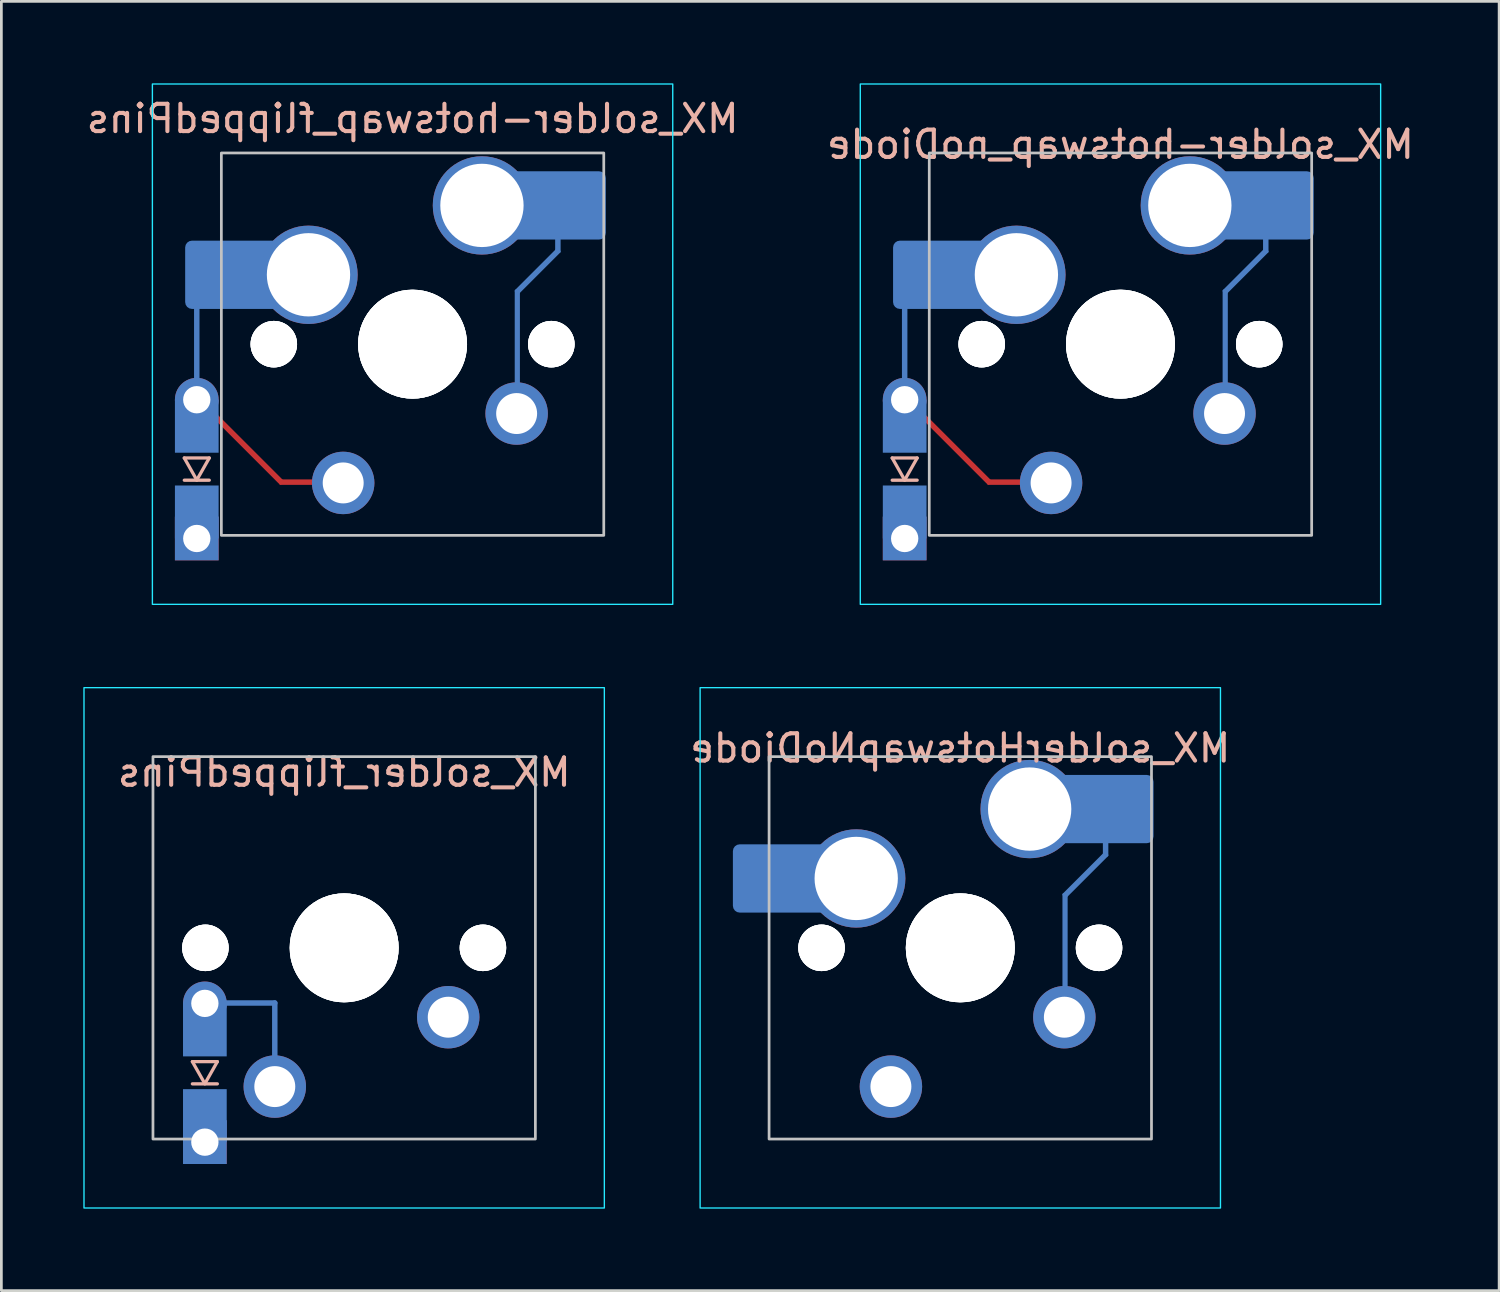
<source format=kicad_pcb>
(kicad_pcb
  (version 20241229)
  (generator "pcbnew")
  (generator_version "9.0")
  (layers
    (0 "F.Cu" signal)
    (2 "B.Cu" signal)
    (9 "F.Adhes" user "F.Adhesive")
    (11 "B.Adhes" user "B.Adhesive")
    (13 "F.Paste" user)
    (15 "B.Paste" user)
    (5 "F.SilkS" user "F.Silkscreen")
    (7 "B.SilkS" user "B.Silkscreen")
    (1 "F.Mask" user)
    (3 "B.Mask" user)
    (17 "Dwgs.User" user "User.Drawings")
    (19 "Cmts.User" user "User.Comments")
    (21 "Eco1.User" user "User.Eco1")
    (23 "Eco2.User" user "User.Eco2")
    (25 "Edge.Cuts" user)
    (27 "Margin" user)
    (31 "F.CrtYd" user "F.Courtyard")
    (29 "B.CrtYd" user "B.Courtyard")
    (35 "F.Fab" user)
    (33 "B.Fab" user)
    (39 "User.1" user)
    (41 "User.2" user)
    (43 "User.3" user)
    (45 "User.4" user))
  (footprint "MX_solderHotswapNoDiode"
    (layer "F.Cu")
    (at 32.106 31.65)
    (property "Reference" "MX_solderHotswapNoDiode" (at 0 -7.31 0) (layer "B.SilkS") (effects (font (size 1 1) (thickness 0.15)) (justify mirror)))
    (attr smd)
    (fp_rect (start -7 7) (end 7 -7) (stroke (width 0.1) (type default)) (fill no) (layer "Dwgs.User"))
    (fp_rect (start -9.525 9.525) (end 9.525 -9.525) (stroke (width 0.05) (type solid)) (fill no) (layer "B.CrtYd"))
    (pad "" np_thru_hole circle (at -5.08 0) (size 1.702 1.702) (drill 1.702) (layers "*.Cu" "*.Mask"))
    (pad "" np_thru_hole circle (at -5.08 0 180) (size 1.702 1.702) (drill 1.702) (layers "*.Cu" "*.Mask"))
    (pad "" np_thru_hole circle (at -5.08 0) (size 1.702 1.702) (drill 1.702) (layers "*.Cu" "*.Mask"))
    (pad "" np_thru_hole circle (at 0 0 180) (size 3.988 3.988) (drill 3.988) (layers "*.Cu" "*.Mask"))
    (pad "" np_thru_hole circle (at 0 0) (size 3.988 3.988) (drill 3.988) (layers "*.Cu" "*.Mask"))
    (pad "" np_thru_hole circle (at 0 0) (size 3.988 3.988) (drill 3.988) (layers "*.Cu" "*.Mask"))
    (pad "" np_thru_hole circle (at 5.08 0 180) (size 1.702 1.702) (drill 1.702) (layers "*.Cu" "*.Mask"))
    (pad "" np_thru_hole circle (at 5.08 0) (size 1.702 1.702) (drill 1.702) (layers "*.Cu" "*.Mask"))
    (pad "" np_thru_hole circle (at 5.08 0) (size 1.702 1.702) (drill 1.702) (layers "*.Cu" "*.Mask"))
    (pad "1" thru_hole circle (at 2.54 -5.08) (size 3.6 3.6) (drill 3.05) (layers "*.Cu" "*.Mask"))
    (pad "1" thru_hole circle (at 3.81 2.54 180) (size 2.286 2.286) (drill 1.499) (layers "*.Cu" "*.Mask"))
    (pad "1" smd roundrect (at 3.835 0) (size 0.19 4) (layers "F.Mask" "B.Cu" "F.Paste") (roundrect_rratio 0.25))
    (pad "1" smd roundrect (at 4.58 -2.67 135) (size 0.2 2.237) (layers "F.Mask" "B.Cu" "F.Paste") (roundrect_rratio 0.25))
    (pad "1" smd roundrect (at 5.3 -5.08) (size 3.55 2.5) (layers "B.Cu" "B.Mask" "B.Paste") (roundrect_rratio 0.1))
    (pad "1" smd roundrect (at 5.32 -3.65) (size 0.2 0.62) (layers "F.Mask" "B.Cu" "F.Paste") (roundrect_rratio 0.25))
    (pad "2" smd roundrect (at -6.55 -2.54) (size 3.55 2.5) (layers "B.Cu" "B.Mask" "B.Paste") (roundrect_rratio 0.1))
    (pad "2" thru_hole circle (at -3.81 -2.54) (size 3.6 3.6) (drill 3.05) (layers "*.Cu" "*.Mask"))
    (pad "2" thru_hole circle (at -2.54 5.08 180) (size 2.286 2.286) (drill 1.499) (layers "*.Cu" "*.Mask")))
  (footprint "MX_solder-hotswap_noDiode"
    (layer "F.Cu")
    (at 37.97 9.55)
    (property "Reference" "MX_solder-hotswap_noDiode" (at 0 -7.31 0) (layer "B.SilkS") (effects (font (size 1 1) (thickness 0.15)) (justify mirror)))
    (attr smd)
    (fp_line (start -8.357 4.167) (end -7.443 4.167) (stroke (width 0.12) (type solid)) (layer "B.SilkS"))
    (fp_line (start -8.357 4.98) (end -7.443 4.98) (stroke (width 0.12) (type solid)) (layer "B.SilkS"))
    (fp_line (start -7.9 4.974) (end -8.357 4.167) (stroke (width 0.12) (type solid)) (layer "B.SilkS"))
    (fp_line (start -7.443 4.167) (end -7.9 4.974) (stroke (width 0.12) (type solid)) (layer "B.SilkS"))
    (fp_rect (start -7 7) (end 7 -7) (stroke (width 0.1) (type default)) (fill no) (layer "Dwgs.User"))
    (fp_rect (start -9.525 9.525) (end 9.525 -9.525) (stroke (width 0.05) (type solid)) (fill no) (layer "B.CrtYd"))
    (pad "" np_thru_hole circle (at -5.08 0) (size 1.702 1.702) (drill 1.702) (layers "*.Cu" "*.Mask"))
    (pad "" np_thru_hole circle (at -5.08 0 180) (size 1.702 1.702) (drill 1.702) (layers "*.Cu" "*.Mask"))
    (pad "" np_thru_hole circle (at -5.08 0) (size 1.702 1.702) (drill 1.702) (layers "*.Cu" "*.Mask"))
    (pad "" np_thru_hole circle (at 0 0) (size 3.988 3.988) (drill 3.988) (layers "*.Cu" "*.Mask"))
    (pad "" np_thru_hole circle (at 0 0 180) (size 3.988 3.988) (drill 3.988) (layers "*.Cu" "*.Mask"))
    (pad "" np_thru_hole circle (at 0 0) (size 3.988 3.988) (drill 3.988) (layers "*.Cu" "*.Mask"))
    (pad "" np_thru_hole circle (at 5.08 0) (size 1.702 1.702) (drill 1.702) (layers "*.Cu" "*.Mask"))
    (pad "" np_thru_hole circle (at 5.08 0 180) (size 1.702 1.702) (drill 1.702) (layers "*.Cu" "*.Mask"))
    (pad "" np_thru_hole circle (at 5.08 0) (size 1.702 1.702) (drill 1.702) (layers "*.Cu" "*.Mask"))
    (pad "1" thru_hole circle (at 2.54 -5.08) (size 3.6 3.6) (drill 3.05) (layers "*.Cu" "*.Mask"))
    (pad "1" thru_hole circle (at 3.81 2.54 180) (size 2.286 2.286) (drill 1.499) (layers "*.Cu" "*.Mask"))
    (pad "1" smd roundrect (at 3.835 0) (size 0.19 4) (layers "F.Mask" "B.Cu" "F.Paste") (roundrect_rratio 0.25))
    (pad "1" smd roundrect (at 4.58 -2.67 135) (size 0.2 2.237) (layers "F.Mask" "B.Cu" "F.Paste") (roundrect_rratio 0.25))
    (pad "1" smd roundrect (at 5.3 -5.08) (size 3.55 2.5) (layers "B.Cu" "B.Mask" "B.Paste") (roundrect_rratio 0.1))
    (pad "1" smd roundrect (at 5.32 -3.65) (size 0.2 0.62) (layers "F.Mask" "B.Cu" "F.Paste") (roundrect_rratio 0.25))
    (pad "2" smd rect (at -7.9 6.144 270) (size 1.94 1.6) (layers "B.Cu" "B.Mask" "B.Paste"))
    (pad "2" thru_hole rect (at -7.9 7.114 270) (size 1.6 1.6) (drill 1) (layers "*.Cu" "*.Mask"))
    (pad "3" smd roundrect (at -7.9 -0.037 180) (size 0.2 3.145) (layers "B.Cu" "B.Mask" "B.Paste") (roundrect_rratio 0.25))
    (pad "3" thru_hole circle (at -7.9 2.034 270) (size 1.6 1.6) (drill 1) (layers "*.Cu" "*.Mask"))
    (pad "3" smd rect (at -7.9 3.004 270) (size 1.94 1.6) (layers "B.Cu" "B.Mask" "B.Paste"))
    (pad "3" smd roundrect (at -6.55 -2.54) (size 3.55 2.5) (layers "B.Cu" "B.Mask" "B.Paste") (roundrect_rratio 0.1))
    (pad "3" smd roundrect (at -6.43 3.43 225) (size 0.2 4.71) (layers "F.Cu" "F.Mask" "F.Paste") (roundrect_rratio 0.25))
    (pad "3" smd roundrect (at -4.085 5.05 90) (size 0.2 1.59) (layers "F.Cu" "F.Mask" "F.Paste") (roundrect_rratio 0.25))
    (pad "3" thru_hole circle (at -3.81 -2.54) (size 3.6 3.6) (drill 3.05) (layers "*.Cu" "*.Mask"))
    (pad "3" thru_hole circle (at -2.54 5.08 180) (size 2.286 2.286) (drill 1.499) (layers "*.Cu" "*.Mask")))
  (footprint "MX_solder_flippedPins"
    (layer "F.Cu")
    (at 9.55 31.65)
    (property "Reference" "MX_solder_flippedPins" (at 0 -6.425 0) (layer "B.SilkS") (effects (font (size 1 1) (thickness 0.15)) (justify mirror)))
    (attr smd)
    (fp_line (start -2.54 2.02) (end -5.1 2.02) (stroke (width 0.2) (type default)) (layer "B.Cu"))
    (fp_line (start -2.54 5.08) (end -2.54 2.02) (stroke (width 0.2) (type default)) (layer "B.Cu"))
    (fp_line (start -5.557 4.167) (end -4.643 4.167) (stroke (width 0.12) (type solid)) (layer "B.SilkS"))
    (fp_line (start -5.557 4.98) (end -4.643 4.98) (stroke (width 0.12) (type solid)) (layer "B.SilkS"))
    (fp_line (start -5.1 4.974) (end -5.557 4.167) (stroke (width 0.12) (type solid)) (layer "B.SilkS"))
    (fp_line (start -4.643 4.167) (end -5.1 4.974) (stroke (width 0.12) (type solid)) (layer "B.SilkS"))
    (fp_rect (start -7 7) (end 7 -7) (stroke (width 0.1) (type default)) (fill no) (layer "Dwgs.User"))
    (fp_rect (start -9.525 9.525) (end 9.525 -9.525) (stroke (width 0.05) (type solid)) (fill no) (layer "B.CrtYd"))
    (pad "" thru_hole circle (at -5.1 2.034 270) (size 1.6 1.6) (drill 1) (layers "*.Cu" "B.Mask"))
    (pad "" smd rect (at -5.1 3.004 270) (size 1.94 1.6) (layers "B.Cu" "B.Mask" "B.Paste"))
    (pad "" smd rect (at -5.1 6.144 270) (size 1.94 1.6) (layers "B.Cu" "B.Mask" "B.Paste"))
    (pad "" np_thru_hole circle (at -5.08 0) (size 1.702 1.702) (drill 1.702) (layers "*.Cu" "*.Mask"))
    (pad "" np_thru_hole circle (at -5.08 0) (size 1.702 1.702) (drill 1.702) (layers "*.Cu" "*.Mask"))
    (pad "" np_thru_hole circle (at -5.08 0 180) (size 1.702 1.702) (drill 1.702) (layers "*.Cu" "*.Mask"))
    (pad "" thru_hole circle (at -2.54 5.08 180) (size 2.286 2.286) (drill 1.499) (layers "*.Cu" "B.Mask"))
    (pad "" np_thru_hole circle (at 0 0) (size 3.988 3.988) (drill 3.988) (layers "*.Cu" "*.Mask"))
    (pad "" np_thru_hole circle (at 0 0 180) (size 3.988 3.988) (drill 3.988) (layers "*.Cu" "*.Mask"))
    (pad "" np_thru_hole circle (at 0 0) (size 3.988 3.988) (drill 3.988) (layers "*.Cu" "*.Mask"))
    (pad "" np_thru_hole circle (at 5.08 0) (size 1.702 1.702) (drill 1.702) (layers "*.Cu" "*.Mask"))
    (pad "" np_thru_hole circle (at 5.08 0 180) (size 1.702 1.702) (drill 1.702) (layers "*.Cu" "*.Mask"))
    (pad "" np_thru_hole circle (at 5.08 0) (size 1.702 1.702) (drill 1.702) (layers "*.Cu" "*.Mask"))
    (pad "1" thru_hole circle (at 3.81 2.54 180) (size 2.286 2.286) (drill 1.499) (layers "*.Cu" "B.Mask"))
    (pad "2" thru_hole rect (at -5.1 7.114 270) (size 1.6 1.6) (drill 1) (layers "*.Cu" "B.Mask")))
  (footprint "MX_solder-hotswap_flippedPins"
    (layer "F.Cu")
    (at 12.054 9.55)
    (property "Reference" "MX_solder-hotswap_flippedPins" (at 0 -8.255 0) (layer "B.SilkS") (effects (font (size 1 1) (thickness 0.15)) (justify mirror)))
    (attr smd)
    (fp_line (start -7.9 2.034) (end -7.9 -2.49) (stroke (width 0.2) (type default)) (layer "B.Cu"))
    (fp_line (start -8.357 4.167) (end -7.443 4.167) (stroke (width 0.12) (type solid)) (layer "B.SilkS"))
    (fp_line (start -8.357 4.98) (end -7.443 4.98) (stroke (width 0.12) (type solid)) (layer "B.SilkS"))
    (fp_line (start -7.9 4.974) (end -8.357 4.167) (stroke (width 0.12) (type solid)) (layer "B.SilkS"))
    (fp_line (start -7.443 4.167) (end -7.9 4.974) (stroke (width 0.12) (type solid)) (layer "B.SilkS"))
    (fp_rect (start -7 7) (end 7 -7) (stroke (width 0.1) (type default)) (fill no) (layer "Dwgs.User"))
    (fp_rect (start -9.525 9.525) (end 9.525 -9.525) (stroke (width 0.05) (type solid)) (fill no) (layer "B.CrtYd"))
    (pad "" thru_hole circle (at -7.9 2.034 270) (size 1.6 1.6) (drill 1) (layers "*.Cu" "*.Mask"))
    (pad "" smd rect (at -7.9 3.004 270) (size 1.94 1.6) (layers "B.Cu" "B.Mask" "B.Paste"))
    (pad "" smd roundrect (at -6.55 -2.54) (size 3.55 2.5) (layers "B.Cu" "B.Mask" "B.Paste") (roundrect_rratio 0.1))
    (pad "" smd roundrect (at -6.43 3.43 225) (size 0.2 4.71) (layers "F.Cu" "F.Mask" "F.Paste") (roundrect_rratio 0.25))
    (pad "" np_thru_hole circle (at -5.08 0 180) (size 1.702 1.702) (drill 1.702) (layers "*.Cu" "*.Mask"))
    (pad "" np_thru_hole circle (at -5.08 0) (size 1.702 1.702) (drill 1.702) (layers "*.Cu" "*.Mask"))
    (pad "" np_thru_hole circle (at -5.08 0) (size 1.702 1.702) (drill 1.702) (layers "*.Cu" "*.Mask"))
    (pad "" smd roundrect (at -4.085 5.05 90) (size 0.2 1.59) (layers "F.Cu" "F.Mask" "F.Paste") (roundrect_rratio 0.25))
    (pad "" thru_hole circle (at -3.81 -2.54) (size 3.6 3.6) (drill 3.05) (layers "*.Cu" "*.Mask"))
    (pad "" thru_hole circle (at -2.54 5.08 180) (size 2.286 2.286) (drill 1.499) (layers "*.Cu" "*.Mask"))
    (pad "" np_thru_hole circle (at 0 0 180) (size 3.988 3.988) (drill 3.988) (layers "*.Cu" "*.Mask"))
    (pad "" np_thru_hole circle (at 0 0) (size 3.988 3.988) (drill 3.988) (layers "*.Cu" "*.Mask"))
    (pad "" np_thru_hole circle (at 0 0) (size 3.988 3.988) (drill 3.988) (layers "*.Cu" "*.Mask"))
    (pad "" thru_hole circle (at 2.54 -5.08) (size 3.6 3.6) (drill 3.05) (layers "*.Cu" "*.Mask"))
    (pad "" np_thru_hole circle (at 5.08 0) (size 1.702 1.702) (drill 1.702) (layers "*.Cu" "*.Mask"))
    (pad "" np_thru_hole circle (at 5.08 0) (size 1.702 1.702) (drill 1.702) (layers "*.Cu" "*.Mask"))
    (pad "" np_thru_hole circle (at 5.08 0 180) (size 1.702 1.702) (drill 1.702) (layers "*.Cu" "*.Mask"))
    (pad "1" thru_hole circle (at 3.81 2.54 180) (size 2.286 2.286) (drill 1.499) (layers "*.Cu" "*.Mask"))
    (pad "1" smd roundrect (at 3.835 0) (size 0.19 4) (layers "F.Mask" "B.Cu" "F.Paste") (roundrect_rratio 0.25))
    (pad "1" smd roundrect (at 4.58 -2.67 135) (size 0.2 2.237) (layers "F.Mask" "B.Cu" "F.Paste") (roundrect_rratio 0.25))
    (pad "1" smd roundrect (at 5.3 -5.08) (size 3.55 2.5) (layers "B.Cu" "B.Mask" "B.Paste") (roundrect_rratio 0.1))
    (pad "1" smd roundrect (at 5.32 -3.65) (size 0.2 0.62) (layers "F.Mask" "B.Cu" "F.Paste") (roundrect_rratio 0.25))
    (pad "2" smd rect (at -7.9 6.144 270) (size 1.94 1.6) (layers "B.Cu" "B.Mask" "B.Paste"))
    (pad "2" thru_hole rect (at -7.9 7.114 270) (size 1.6 1.6) (drill 1) (layers "*.Cu" "*.Mask")))
  (gr_rect
    (start -3 -3)
    (end 51.833 44.2)
    (stroke (width 0.1) (type default))
    (fill no)
    (layer "Edge.Cuts")))
</source>
